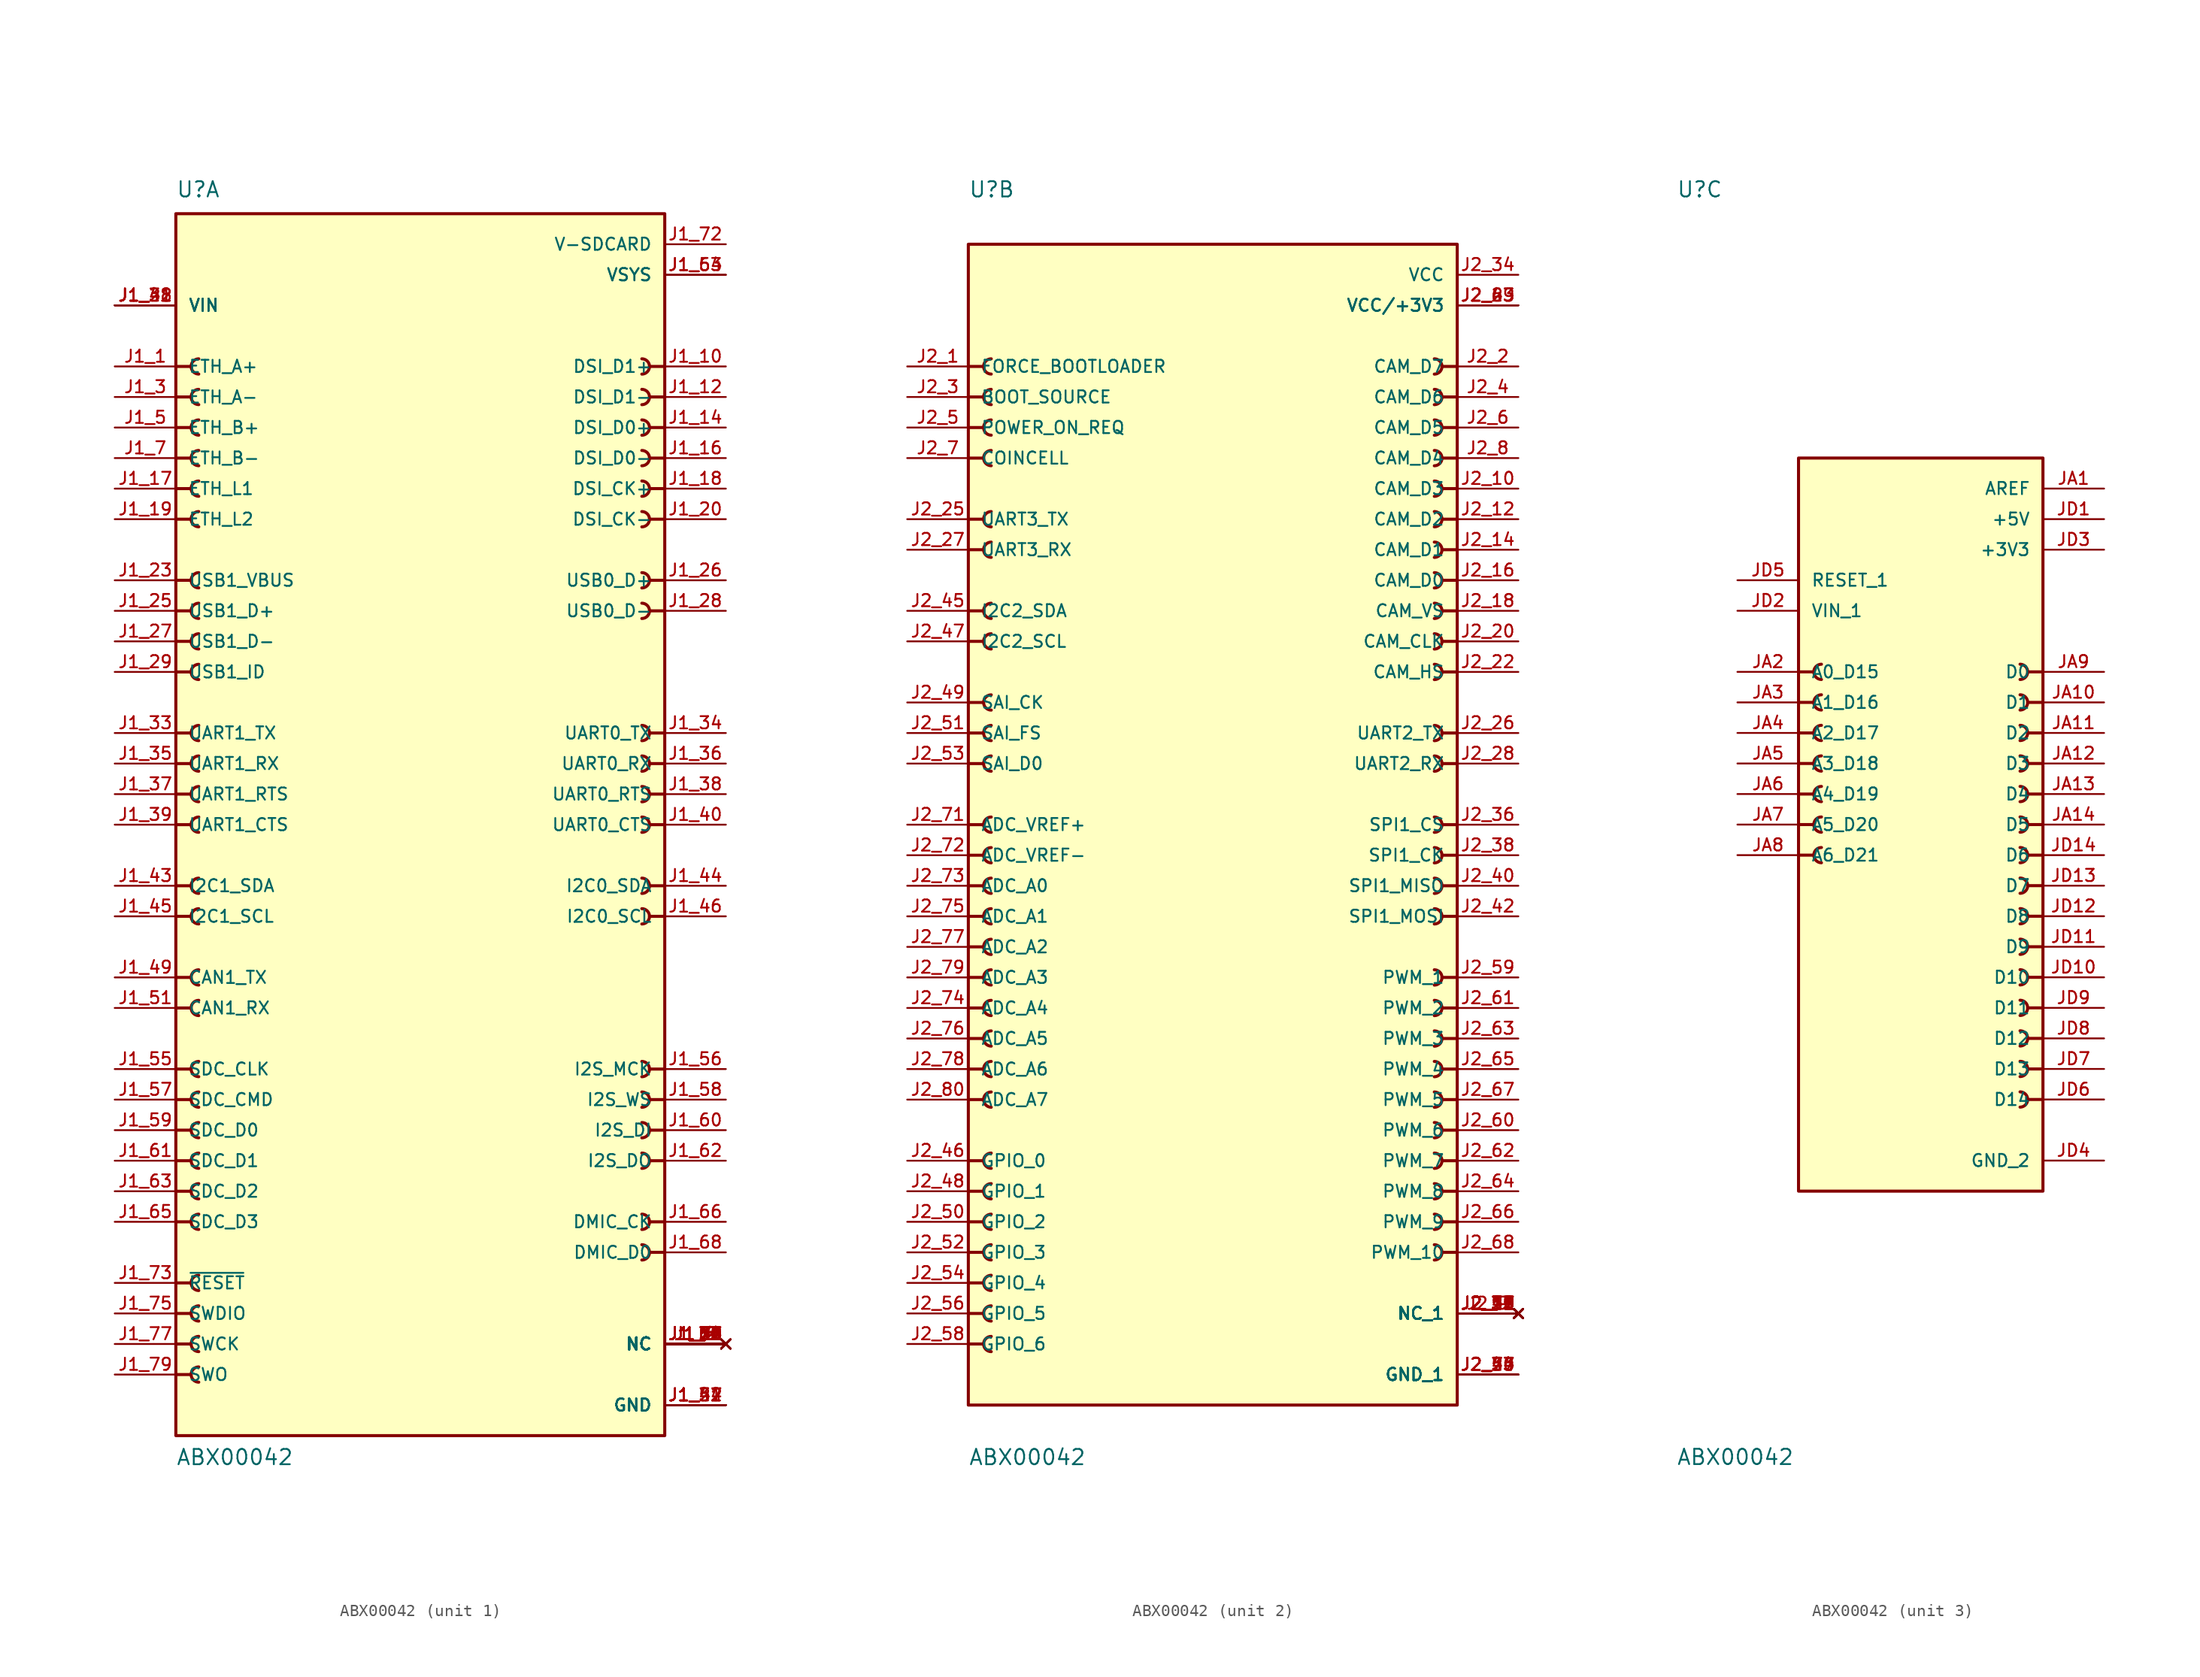
<source format=kicad_sym>
(kicad_symbol_lib
  (version 20231120)
  (generator "kicad_symbol_editor")
  (generator_version "8.0")
  (symbol "ABX00042"
    (pin_names
      (offset 1.016))
    (property "Reference" "U"
      (at -20.32 52.07 0)
      (effects (font (size 1.27 1.27)) (justify left bottom)))
    (property "Value" "ABX00042"
      (at -20.32 -53.34 0)
      (effects (font (size 1.27 1.27)) (justify left bottom)))
    (symbol "ABX00042_1_0"
      (rectangle (start -20.32 -50.8) (end 20.32 50.8) (stroke (width 0.254) (type default)) (fill (type background)))
      (arc (start -18.415 -45.085) (mid -19.0472 -45.72) (end -18.415 -46.355) (stroke (width 0.254) (type default)) (fill (type none)))
      (arc (start -18.415 -42.545) (mid -19.0472 -43.18) (end -18.415 -43.815) (stroke (width 0.254) (type default)) (fill (type none)))
      (arc (start -18.415 -40.005) (mid -19.0472 -40.64) (end -18.415 -41.275) (stroke (width 0.254) (type default)) (fill (type none)))
      (arc (start -18.415 -37.465) (mid -19.0472 -38.1) (end -18.415 -38.735) (stroke (width 0.254) (type default)) (fill (type none)))
      (arc (start -18.415 -32.385) (mid -19.0472 -33.02) (end -18.415 -33.655) (stroke (width 0.254) (type default)) (fill (type none)))
      (arc (start -18.415 -29.845) (mid -19.0472 -30.48) (end -18.415 -31.115) (stroke (width 0.254) (type default)) (fill (type none)))
      (arc (start -18.415 -27.305) (mid -19.0472 -27.94) (end -18.415 -28.575) (stroke (width 0.254) (type default)) (fill (type none)))
      (arc (start -18.415 -24.765) (mid -19.0472 -25.4) (end -18.415 -26.035) (stroke (width 0.254) (type default)) (fill (type none)))
      (arc (start -18.415 -22.225) (mid -19.0472 -22.86) (end -18.415 -23.495) (stroke (width 0.254) (type default)) (fill (type none)))
      (arc (start -18.415 -19.685) (mid -19.0472 -20.32) (end -18.415 -20.955) (stroke (width 0.254) (type default)) (fill (type none)))
      (arc (start -18.415 -14.605) (mid -19.0472 -15.24) (end -18.415 -15.875) (stroke (width 0.254) (type default)) (fill (type none)))
      (arc (start -18.415 -12.065) (mid -19.0472 -12.7) (end -18.415 -13.335) (stroke (width 0.254) (type default)) (fill (type none)))
      (arc (start -18.415 -6.985) (mid -19.0472 -7.62) (end -18.415 -8.255) (stroke (width 0.254) (type default)) (fill (type none)))
      (arc (start -18.415 -4.445) (mid -19.0472 -5.08) (end -18.415 -5.715) (stroke (width 0.254) (type default)) (fill (type none)))
      (arc (start -18.415 0.635) (mid -19.0472 0) (end -18.415 -0.635) (stroke (width 0.254) (type default)) (fill (type none)))
      (arc (start -18.415 3.175) (mid -19.0472 2.54) (end -18.415 1.905) (stroke (width 0.254) (type default)) (fill (type none)))
      (arc (start -18.415 5.715) (mid -19.0472 5.08) (end -18.415 4.445) (stroke (width 0.254) (type default)) (fill (type none)))
      (arc (start -18.415 8.255) (mid -19.0472 7.62) (end -18.415 6.985) (stroke (width 0.254) (type default)) (fill (type none)))
      (arc (start -18.415 13.335) (mid -19.0472 12.7) (end -18.415 12.065) (stroke (width 0.254) (type default)) (fill (type none)))
      (arc (start -18.415 15.875) (mid -19.0472 15.24) (end -18.415 14.605) (stroke (width 0.254) (type default)) (fill (type none)))
      (arc (start -18.415 18.415) (mid -19.0472 17.78) (end -18.415 17.145) (stroke (width 0.254) (type default)) (fill (type none)))
      (arc (start -18.415 20.955) (mid -19.0472 20.32) (end -18.415 19.685) (stroke (width 0.254) (type default)) (fill (type none)))
      (arc (start -18.415 26.035) (mid -19.0472 25.4) (end -18.415 24.765) (stroke (width 0.254) (type default)) (fill (type none)))
      (arc (start -18.415 28.575) (mid -19.0472 27.94) (end -18.415 27.305) (stroke (width 0.254) (type default)) (fill (type none)))
      (arc (start -18.415 31.115) (mid -19.0472 30.48) (end -18.415 29.845) (stroke (width 0.254) (type default)) (fill (type none)))
      (arc (start -18.415 33.655) (mid -19.0472 33.02) (end -18.415 32.385) (stroke (width 0.254) (type default)) (fill (type none)))
      (arc (start -18.415 36.195) (mid -19.0472 35.56) (end -18.415 34.925) (stroke (width 0.254) (type default)) (fill (type none)))
      (arc (start -18.415 38.735) (mid -19.0472 38.1) (end -18.415 37.465) (stroke (width 0.254) (type default)) (fill (type none)))
      (polyline (pts (xy -20.32 -45.72) (xy -19.05 -45.72)) (stroke (width 0.254) (type default)) (fill (type none)))
      (polyline (pts (xy -20.32 -43.18) (xy -19.05 -43.18)) (stroke (width 0.254) (type default)) (fill (type none)))
      (polyline (pts (xy -20.32 -40.64) (xy -19.05 -40.64)) (stroke (width 0.254) (type default)) (fill (type none)))
      (polyline (pts (xy -20.32 -38.1) (xy -19.05 -38.1)) (stroke (width 0.254) (type default)) (fill (type none)))
      (polyline (pts (xy -20.32 -33.02) (xy -19.05 -33.02)) (stroke (width 0.254) (type default)) (fill (type none)))
      (polyline (pts (xy -20.32 -30.48) (xy -19.05 -30.48)) (stroke (width 0.254) (type default)) (fill (type none)))
      (polyline (pts (xy -20.32 -27.94) (xy -19.05 -27.94)) (stroke (width 0.254) (type default)) (fill (type none)))
      (polyline (pts (xy -20.32 -25.4) (xy -19.05 -25.4)) (stroke (width 0.254) (type default)) (fill (type none)))
      (polyline (pts (xy -20.32 -22.86) (xy -19.05 -22.86)) (stroke (width 0.254) (type default)) (fill (type none)))
      (polyline (pts (xy -20.32 -20.32) (xy -19.05 -20.32)) (stroke (width 0.254) (type default)) (fill (type none)))
      (polyline (pts (xy -20.32 -15.24) (xy -19.05 -15.24)) (stroke (width 0.254) (type default)) (fill (type none)))
      (polyline (pts (xy -20.32 -12.7) (xy -19.05 -12.7)) (stroke (width 0.254) (type default)) (fill (type none)))
      (polyline (pts (xy -20.32 -7.62) (xy -19.05 -7.62)) (stroke (width 0.254) (type default)) (fill (type none)))
      (polyline (pts (xy -20.32 -5.08) (xy -19.05 -5.08)) (stroke (width 0.254) (type default)) (fill (type none)))
      (polyline (pts (xy -20.32 0) (xy -19.05 0)) (stroke (width 0.254) (type default)) (fill (type none)))
      (polyline (pts (xy -20.32 2.54) (xy -19.05 2.54)) (stroke (width 0.254) (type default)) (fill (type none)))
      (polyline (pts (xy -20.32 5.08) (xy -19.05 5.08)) (stroke (width 0.254) (type default)) (fill (type none)))
      (polyline (pts (xy -20.32 7.62) (xy -19.05 7.62)) (stroke (width 0.254) (type default)) (fill (type none)))
      (polyline (pts (xy -20.32 12.7) (xy -19.05 12.7)) (stroke (width 0.254) (type default)) (fill (type none)))
      (polyline (pts (xy -20.32 15.24) (xy -19.05 15.24)) (stroke (width 0.254) (type default)) (fill (type none)))
      (polyline (pts (xy -20.32 17.78) (xy -19.05 17.78)) (stroke (width 0.254) (type default)) (fill (type none)))
      (polyline (pts (xy -20.32 20.32) (xy -19.05 20.32)) (stroke (width 0.254) (type default)) (fill (type none)))
      (polyline (pts (xy -20.32 25.4) (xy -19.05 25.4)) (stroke (width 0.254) (type default)) (fill (type none)))
      (polyline (pts (xy -20.32 27.94) (xy -19.05 27.94)) (stroke (width 0.254) (type default)) (fill (type none)))
      (polyline (pts (xy -20.32 30.48) (xy -19.05 30.48)) (stroke (width 0.254) (type default)) (fill (type none)))
      (polyline (pts (xy -20.32 33.02) (xy -19.05 33.02)) (stroke (width 0.254) (type default)) (fill (type none)))
      (polyline (pts (xy -20.32 35.56) (xy -19.05 35.56)) (stroke (width 0.254) (type default)) (fill (type none)))
      (polyline (pts (xy -20.32 38.1) (xy -19.05 38.1)) (stroke (width 0.254) (type default)) (fill (type none)))
      (polyline (pts (xy 20.32 -35.56) (xy 19.05 -35.56)) (stroke (width 0.254) (type default)) (fill (type none)))
      (polyline (pts (xy 20.32 -33.02) (xy 19.05 -33.02)) (stroke (width 0.254) (type default)) (fill (type none)))
      (polyline (pts (xy 20.32 -27.94) (xy 19.05 -27.94)) (stroke (width 0.254) (type default)) (fill (type none)))
      (polyline (pts (xy 20.32 -25.4) (xy 19.05 -25.4)) (stroke (width 0.254) (type default)) (fill (type none)))
      (polyline (pts (xy 20.32 -22.86) (xy 19.05 -22.86)) (stroke (width 0.254) (type default)) (fill (type none)))
      (polyline (pts (xy 20.32 -20.32) (xy 19.05 -20.32)) (stroke (width 0.254) (type default)) (fill (type none)))
      (polyline (pts (xy 20.32 -7.62) (xy 19.05 -7.62)) (stroke (width 0.254) (type default)) (fill (type none)))
      (polyline (pts (xy 20.32 -5.08) (xy 19.05 -5.08)) (stroke (width 0.254) (type default)) (fill (type none)))
      (polyline (pts (xy 20.32 0) (xy 19.05 0)) (stroke (width 0.254) (type default)) (fill (type none)))
      (polyline (pts (xy 20.32 2.54) (xy 19.05 2.54)) (stroke (width 0.254) (type default)) (fill (type none)))
      (polyline (pts (xy 20.32 5.08) (xy 19.05 5.08)) (stroke (width 0.254) (type default)) (fill (type none)))
      (polyline (pts (xy 20.32 7.62) (xy 19.05 7.62)) (stroke (width 0.254) (type default)) (fill (type none)))
      (polyline (pts (xy 20.32 17.78) (xy 19.05 17.78)) (stroke (width 0.254) (type default)) (fill (type none)))
      (polyline (pts (xy 20.32 20.32) (xy 19.05 20.32)) (stroke (width 0.254) (type default)) (fill (type none)))
      (polyline (pts (xy 20.32 25.4) (xy 19.05 25.4)) (stroke (width 0.254) (type default)) (fill (type none)))
      (polyline (pts (xy 20.32 27.94) (xy 19.05 27.94)) (stroke (width 0.254) (type default)) (fill (type none)))
      (polyline (pts (xy 20.32 30.48) (xy 19.05 30.48)) (stroke (width 0.254) (type default)) (fill (type none)))
      (polyline (pts (xy 20.32 33.02) (xy 19.05 33.02)) (stroke (width 0.254) (type default)) (fill (type none)))
      (polyline (pts (xy 20.32 35.56) (xy 19.05 35.56)) (stroke (width 0.254) (type default)) (fill (type none)))
      (polyline (pts (xy 20.32 38.1) (xy 19.05 38.1)) (stroke (width 0.254) (type default)) (fill (type none)))
      (arc (start 18.415 -36.195) (mid 19.0472 -35.56) (end 18.415 -34.925) (stroke (width 0.254) (type default)) (fill (type none)))
      (arc (start 18.415 -33.655) (mid 19.0472 -33.02) (end 18.415 -32.385) (stroke (width 0.254) (type default)) (fill (type none)))
      (arc (start 18.415 -28.575) (mid 19.0472 -27.94) (end 18.415 -27.305) (stroke (width 0.254) (type default)) (fill (type none)))
      (arc (start 18.415 -26.035) (mid 19.0472 -25.4) (end 18.415 -24.765) (stroke (width 0.254) (type default)) (fill (type none)))
      (arc (start 18.415 -23.495) (mid 19.0472 -22.86) (end 18.415 -22.225) (stroke (width 0.254) (type default)) (fill (type none)))
      (arc (start 18.415 -20.955) (mid 19.0472 -20.32) (end 18.415 -19.685) (stroke (width 0.254) (type default)) (fill (type none)))
      (arc (start 18.415 -8.255) (mid 19.0472 -7.62) (end 18.415 -6.985) (stroke (width 0.254) (type default)) (fill (type none)))
      (arc (start 18.415 -5.715) (mid 19.0472 -5.08) (end 18.415 -4.445) (stroke (width 0.254) (type default)) (fill (type none)))
      (arc (start 18.415 -0.635) (mid 19.0472 0) (end 18.415 0.635) (stroke (width 0.254) (type default)) (fill (type none)))
      (arc (start 18.415 1.905) (mid 19.0472 2.54) (end 18.415 3.175) (stroke (width 0.254) (type default)) (fill (type none)))
      (arc (start 18.415 4.445) (mid 19.0472 5.08) (end 18.415 5.715) (stroke (width 0.254) (type default)) (fill (type none)))
      (arc (start 18.415 6.985) (mid 19.0472 7.62) (end 18.415 8.255) (stroke (width 0.254) (type default)) (fill (type none)))
      (arc (start 18.415 17.145) (mid 19.0472 17.78) (end 18.415 18.415) (stroke (width 0.254) (type default)) (fill (type none)))
      (arc (start 18.415 19.685) (mid 19.0472 20.32) (end 18.415 20.955) (stroke (width 0.254) (type default)) (fill (type none)))
      (arc (start 18.415 24.765) (mid 19.0472 25.4) (end 18.415 26.035) (stroke (width 0.254) (type default)) (fill (type none)))
      (arc (start 18.415 27.305) (mid 19.0472 27.94) (end 18.415 28.575) (stroke (width 0.254) (type default)) (fill (type none)))
      (arc (start 18.415 29.845) (mid 19.0472 30.48) (end 18.415 31.115) (stroke (width 0.254) (type default)) (fill (type none)))
      (arc (start 18.415 32.385) (mid 19.0472 33.02) (end 18.415 33.655) (stroke (width 0.254) (type default)) (fill (type none)))
      (arc (start 18.415 34.925) (mid 19.0472 35.56) (end 18.415 36.195) (stroke (width 0.254) (type default)) (fill (type none)))
      (arc (start 18.415 37.465) (mid 19.0472 38.1) (end 18.415 38.735) (stroke (width 0.254) (type default)) (fill (type none)))
      (pin input line (at -25.4 38.1 0) (length 5.08) (name "ETH_A+" (effects (font (size 1.016 1.016)))) (number "J1_1" (effects (font (size 1.016 1.016)))))
      (pin bidirectional line (at 25.4 38.1 180) (length 5.08) (name "DSI_D1+" (effects (font (size 1.016 1.016)))) (number "J1_10" (effects (font (size 1.016 1.016)))))
      (pin no_connect line (at 25.4 -43.18 180) (length 5.08) (name "NC" (effects (font (size 1.016 1.016)))) (number "J1_11" (effects (font (size 1.016 1.016)))))
      (pin bidirectional line (at 25.4 35.56 180) (length 5.08) (name "DSI_D1-" (effects (font (size 1.016 1.016)))) (number "J1_12" (effects (font (size 1.016 1.016)))))
      (pin no_connect line (at 25.4 -43.18 180) (length 5.08) (name "NC" (effects (font (size 1.016 1.016)))) (number "J1_13" (effects (font (size 1.016 1.016)))))
      (pin bidirectional line (at 25.4 33.02 180) (length 5.08) (name "DSI_D0+" (effects (font (size 1.016 1.016)))) (number "J1_14" (effects (font (size 1.016 1.016)))))
      (pin no_connect line (at 25.4 -43.18 180) (length 5.08) (name "NC" (effects (font (size 1.016 1.016)))) (number "J1_15" (effects (font (size 1.016 1.016)))))
      (pin bidirectional line (at 25.4 30.48 180) (length 5.08) (name "DSI_D0-" (effects (font (size 1.016 1.016)))) (number "J1_16" (effects (font (size 1.016 1.016)))))
      (pin output line (at -25.4 27.94 0) (length 5.08) (name "ETH_L1" (effects (font (size 1.016 1.016)))) (number "J1_17" (effects (font (size 1.016 1.016)))))
      (pin bidirectional line (at 25.4 27.94 180) (length 5.08) (name "DSI_CK+" (effects (font (size 1.016 1.016)))) (number "J1_18" (effects (font (size 1.016 1.016)))))
      (pin output line (at -25.4 25.4 0) (length 5.08) (name "ETH_L2" (effects (font (size 1.016 1.016)))) (number "J1_19" (effects (font (size 1.016 1.016)))))
      (pin no_connect line (at 25.4 -43.18 180) (length 5.08) (name "NC" (effects (font (size 1.016 1.016)))) (number "J1_2" (effects (font (size 1.016 1.016)))))
      (pin bidirectional line (at 25.4 25.4 180) (length 5.08) (name "DSI_CK-" (effects (font (size 1.016 1.016)))) (number "J1_20" (effects (font (size 1.016 1.016)))))
      (pin input line (at -25.4 43.18 0) (length 5.08) (name "VIN" (effects (font (size 1.016 1.016)))) (number "J1_21" (effects (font (size 1.016 1.016)))))
      (pin power_in line (at 25.4 -48.26 180) (length 5.08) (name "GND" (effects (font (size 1.016 1.016)))) (number "J1_22" (effects (font (size 1.016 1.016)))))
      (pin power_in line (at -25.4 20.32 0) (length 5.08) (name "USB1_VBUS" (effects (font (size 1.016 1.016)))) (number "J1_23" (effects (font (size 1.016 1.016)))))
      (pin no_connect line (at 25.4 -43.18 180) (length 5.08) (name "NC" (effects (font (size 1.016 1.016)))) (number "J1_24" (effects (font (size 1.016 1.016)))))
      (pin bidirectional line (at -25.4 17.78 0) (length 5.08) (name "USB1_D+" (effects (font (size 1.016 1.016)))) (number "J1_25" (effects (font (size 1.016 1.016)))))
      (pin bidirectional line (at 25.4 20.32 180) (length 5.08) (name "USB0_D+" (effects (font (size 1.016 1.016)))) (number "J1_26" (effects (font (size 1.016 1.016)))))
      (pin bidirectional line (at -25.4 15.24 0) (length 5.08) (name "USB1_D-" (effects (font (size 1.016 1.016)))) (number "J1_27" (effects (font (size 1.016 1.016)))))
      (pin bidirectional line (at 25.4 17.78 180) (length 5.08) (name "USB0_D-" (effects (font (size 1.016 1.016)))) (number "J1_28" (effects (font (size 1.016 1.016)))))
      (pin bidirectional line (at -25.4 12.7 0) (length 5.08) (name "USB1_ID" (effects (font (size 1.016 1.016)))) (number "J1_29" (effects (font (size 1.016 1.016)))))
      (pin input line (at -25.4 35.56 0) (length 5.08) (name "ETH_A-" (effects (font (size 1.016 1.016)))) (number "J1_3" (effects (font (size 1.016 1.016)))))
      (pin no_connect line (at 25.4 -43.18 180) (length 5.08) (name "NC" (effects (font (size 1.016 1.016)))) (number "J1_30" (effects (font (size 1.016 1.016)))))
      (pin power_in line (at 25.4 -48.26 180) (length 5.08) (name "GND" (effects (font (size 1.016 1.016)))) (number "J1_31" (effects (font (size 1.016 1.016)))))
      (pin input line (at -25.4 43.18 0) (length 5.08) (name "VIN" (effects (font (size 1.016 1.016)))) (number "J1_32" (effects (font (size 1.016 1.016)))))
      (pin output line (at -25.4 7.62 0) (length 5.08) (name "UART1_TX" (effects (font (size 1.016 1.016)))) (number "J1_33" (effects (font (size 1.016 1.016)))))
      (pin output line (at 25.4 7.62 180) (length 5.08) (name "UART0_TX" (effects (font (size 1.016 1.016)))) (number "J1_34" (effects (font (size 1.016 1.016)))))
      (pin input line (at -25.4 5.08 0) (length 5.08) (name "UART1_RX" (effects (font (size 1.016 1.016)))) (number "J1_35" (effects (font (size 1.016 1.016)))))
      (pin input line (at 25.4 5.08 180) (length 5.08) (name "UART0_RX" (effects (font (size 1.016 1.016)))) (number "J1_36" (effects (font (size 1.016 1.016)))))
      (pin bidirectional line (at -25.4 2.54 0) (length 5.08) (name "UART1_RTS" (effects (font (size 1.016 1.016)))) (number "J1_37" (effects (font (size 1.016 1.016)))))
      (pin bidirectional line (at 25.4 2.54 180) (length 5.08) (name "UART0_RTS" (effects (font (size 1.016 1.016)))) (number "J1_38" (effects (font (size 1.016 1.016)))))
      (pin bidirectional line (at -25.4 0 0) (length 5.08) (name "UART1_CTS" (effects (font (size 1.016 1.016)))) (number "J1_39" (effects (font (size 1.016 1.016)))))
      (pin no_connect line (at 25.4 -43.18 180) (length 5.08) (name "NC" (effects (font (size 1.016 1.016)))) (number "J1_4" (effects (font (size 1.016 1.016)))))
      (pin bidirectional line (at 25.4 0 180) (length 5.08) (name "UART0_CTS" (effects (font (size 1.016 1.016)))) (number "J1_40" (effects (font (size 1.016 1.016)))))
      (pin input line (at -25.4 43.18 0) (length 5.08) (name "VIN" (effects (font (size 1.016 1.016)))) (number "J1_41" (effects (font (size 1.016 1.016)))))
      (pin power_in line (at 25.4 -48.26 180) (length 5.08) (name "GND" (effects (font (size 1.016 1.016)))) (number "J1_42" (effects (font (size 1.016 1.016)))))
      (pin bidirectional line (at -25.4 -5.08 0) (length 5.08) (name "I2C1_SDA" (effects (font (size 1.016 1.016)))) (number "J1_43" (effects (font (size 1.016 1.016)))))
      (pin bidirectional line (at 25.4 -5.08 180) (length 5.08) (name "I2C0_SDA" (effects (font (size 1.016 1.016)))) (number "J1_44" (effects (font (size 1.016 1.016)))))
      (pin input line (at -25.4 -7.62 0) (length 5.08) (name "I2C1_SCL" (effects (font (size 1.016 1.016)))) (number "J1_45" (effects (font (size 1.016 1.016)))))
      (pin input line (at 25.4 -7.62 180) (length 5.08) (name "I2C0_SCL" (effects (font (size 1.016 1.016)))) (number "J1_46" (effects (font (size 1.016 1.016)))))
      (pin power_in line (at 25.4 -48.26 180) (length 5.08) (name "GND" (effects (font (size 1.016 1.016)))) (number "J1_47" (effects (font (size 1.016 1.016)))))
      (pin input line (at -25.4 43.18 0) (length 5.08) (name "VIN" (effects (font (size 1.016 1.016)))) (number "J1_48" (effects (font (size 1.016 1.016)))))
      (pin output line (at -25.4 -12.7 0) (length 5.08) (name "CAN1_TX" (effects (font (size 1.016 1.016)))) (number "J1_49" (effects (font (size 1.016 1.016)))))
      (pin input line (at -25.4 33.02 0) (length 5.08) (name "ETH_B+" (effects (font (size 1.016 1.016)))) (number "J1_5" (effects (font (size 1.016 1.016)))))
      (pin no_connect line (at 25.4 -43.18 180) (length 5.08) (name "NC" (effects (font (size 1.016 1.016)))) (number "J1_50" (effects (font (size 1.016 1.016)))))
      (pin input line (at -25.4 -15.24 0) (length 5.08) (name "CAN1_RX" (effects (font (size 1.016 1.016)))) (number "J1_51" (effects (font (size 1.016 1.016)))))
      (pin no_connect line (at 25.4 -43.18 180) (length 5.08) (name "NC" (effects (font (size 1.016 1.016)))) (number "J1_52" (effects (font (size 1.016 1.016)))))
      (pin power_in line (at 25.4 45.72 180) (length 5.08) (name "VSYS" (effects (font (size 1.016 1.016)))) (number "J1_53" (effects (font (size 1.016 1.016)))))
      (pin power_in line (at 25.4 -48.26 180) (length 5.08) (name "GND" (effects (font (size 1.016 1.016)))) (number "J1_54" (effects (font (size 1.016 1.016)))))
      (pin input line (at -25.4 -20.32 0) (length 5.08) (name "SDC_CLK" (effects (font (size 1.016 1.016)))) (number "J1_55" (effects (font (size 1.016 1.016)))))
      (pin bidirectional line (at 25.4 -20.32 180) (length 5.08) (name "I2S_MCK" (effects (font (size 1.016 1.016)))) (number "J1_56" (effects (font (size 1.016 1.016)))))
      (pin input line (at -25.4 -22.86 0) (length 5.08) (name "SDC_CMD" (effects (font (size 1.016 1.016)))) (number "J1_57" (effects (font (size 1.016 1.016)))))
      (pin bidirectional line (at 25.4 -22.86 180) (length 5.08) (name "I2S_WS" (effects (font (size 1.016 1.016)))) (number "J1_58" (effects (font (size 1.016 1.016)))))
      (pin bidirectional line (at -25.4 -25.4 0) (length 5.08) (name "SDC_D0" (effects (font (size 1.016 1.016)))) (number "J1_59" (effects (font (size 1.016 1.016)))))
      (pin no_connect line (at 25.4 -43.18 180) (length 5.08) (name "NC" (effects (font (size 1.016 1.016)))) (number "J1_6" (effects (font (size 1.016 1.016)))))
      (pin input line (at 25.4 -25.4 180) (length 5.08) (name "I2S_DI" (effects (font (size 1.016 1.016)))) (number "J1_60" (effects (font (size 1.016 1.016)))))
      (pin bidirectional line (at -25.4 -27.94 0) (length 5.08) (name "SDC_D1" (effects (font (size 1.016 1.016)))) (number "J1_61" (effects (font (size 1.016 1.016)))))
      (pin output line (at 25.4 -27.94 180) (length 5.08) (name "I2S_DO" (effects (font (size 1.016 1.016)))) (number "J1_62" (effects (font (size 1.016 1.016)))))
      (pin bidirectional line (at -25.4 -30.48 0) (length 5.08) (name "SDC_D2" (effects (font (size 1.016 1.016)))) (number "J1_63" (effects (font (size 1.016 1.016)))))
      (pin power_in line (at 25.4 45.72 180) (length 5.08) (name "VSYS" (effects (font (size 1.016 1.016)))) (number "J1_64" (effects (font (size 1.016 1.016)))))
      (pin bidirectional line (at -25.4 -33.02 0) (length 5.08) (name "SDC_D3" (effects (font (size 1.016 1.016)))) (number "J1_65" (effects (font (size 1.016 1.016)))))
      (pin bidirectional line (at 25.4 -33.02 180) (length 5.08) (name "DMIC_CK" (effects (font (size 1.016 1.016)))) (number "J1_66" (effects (font (size 1.016 1.016)))))
      (pin no_connect line (at 25.4 -43.18 180) (length 5.08) (name "NC" (effects (font (size 1.016 1.016)))) (number "J1_67" (effects (font (size 1.016 1.016)))))
      (pin bidirectional line (at 25.4 -35.56 180) (length 5.08) (name "DMIC_D0" (effects (font (size 1.016 1.016)))) (number "J1_68" (effects (font (size 1.016 1.016)))))
      (pin no_connect line (at 25.4 -43.18 180) (length 5.08) (name "NC" (effects (font (size 1.016 1.016)))) (number "J1_69" (effects (font (size 1.016 1.016)))))
      (pin input line (at -25.4 30.48 0) (length 5.08) (name "ETH_B-" (effects (font (size 1.016 1.016)))) (number "J1_7" (effects (font (size 1.016 1.016)))))
      (pin no_connect line (at 25.4 -43.18 180) (length 5.08) (name "NC" (effects (font (size 1.016 1.016)))) (number "J1_70" (effects (font (size 1.016 1.016)))))
      (pin no_connect line (at 25.4 -43.18 180) (length 5.08) (name "NC" (effects (font (size 1.016 1.016)))) (number "J1_71" (effects (font (size 1.016 1.016)))))
      (pin power_in line (at 25.4 48.26 180) (length 5.08) (name "V-SDCARD" (effects (font (size 1.016 1.016)))) (number "J1_72" (effects (font (size 1.016 1.016)))))
      (pin input line (at -25.4 -38.1 0) (length 5.08) (name "~{RESET}" (effects (font (size 1.016 1.016)))) (number "J1_73" (effects (font (size 1.016 1.016)))))
      (pin no_connect line (at 25.4 -43.18 180) (length 5.08) (name "NC" (effects (font (size 1.016 1.016)))) (number "J1_74" (effects (font (size 1.016 1.016)))))
      (pin bidirectional line (at -25.4 -40.64 0) (length 5.08) (name "SWDIO" (effects (font (size 1.016 1.016)))) (number "J1_75" (effects (font (size 1.016 1.016)))))
      (pin no_connect line (at 25.4 -43.18 180) (length 5.08) (name "NC" (effects (font (size 1.016 1.016)))) (number "J1_76" (effects (font (size 1.016 1.016)))))
      (pin input line (at -25.4 -43.18 0) (length 5.08) (name "SWCK" (effects (font (size 1.016 1.016)))) (number "J1_77" (effects (font (size 1.016 1.016)))))
      (pin no_connect line (at 25.4 -43.18 180) (length 5.08) (name "NC" (effects (font (size 1.016 1.016)))) (number "J1_78" (effects (font (size 1.016 1.016)))))
      (pin output line (at -25.4 -45.72 0) (length 5.08) (name "SWO" (effects (font (size 1.016 1.016)))) (number "J1_79" (effects (font (size 1.016 1.016)))))
      (pin no_connect line (at 25.4 -43.18 180) (length 5.08) (name "NC" (effects (font (size 1.016 1.016)))) (number "J1_8" (effects (font (size 1.016 1.016)))))
      (pin no_connect line (at 25.4 -43.18 180) (length 5.08) (name "NC" (effects (font (size 1.016 1.016)))) (number "J1_80" (effects (font (size 1.016 1.016)))))
      (pin no_connect line (at 25.4 -43.18 180) (length 5.08) (name "NC" (effects (font (size 1.016 1.016)))) (number "J1_9" (effects (font (size 1.016 1.016))))))
    (symbol "ABX00042_2_0"
      (rectangle (start -20.32 -48.26) (end 20.32 48.26) (stroke (width 0.254) (type default)) (fill (type background)))
      (arc (start -19.05 -43.18) (mid -18.864 -43.629) (end -18.415 -43.815) (stroke (width 0.254) (type default)) (fill (type none)))
      (arc (start -18.415 -42.545) (mid -18.864 -42.731) (end -19.05 -43.18) (stroke (width 0.254) (type default)) (fill (type none)))
      (arc (start -18.415 -40.005) (mid -19.0472 -40.64) (end -18.415 -41.275) (stroke (width 0.254) (type default)) (fill (type none)))
      (arc (start -18.415 -37.465) (mid -19.0472 -38.1) (end -18.415 -38.735) (stroke (width 0.254) (type default)) (fill (type none)))
      (arc (start -18.415 -34.925) (mid -19.0472 -35.56) (end -18.415 -36.195) (stroke (width 0.254) (type default)) (fill (type none)))
      (arc (start -18.415 -32.385) (mid -19.0472 -33.02) (end -18.415 -33.655) (stroke (width 0.254) (type default)) (fill (type none)))
      (arc (start -18.415 -29.845) (mid -19.0472 -30.48) (end -18.415 -31.115) (stroke (width 0.254) (type default)) (fill (type none)))
      (arc (start -18.415 -27.305) (mid -19.0472 -27.94) (end -18.415 -28.575) (stroke (width 0.254) (type default)) (fill (type none)))
      (arc (start -18.415 -22.225) (mid -19.0472 -22.86) (end -18.415 -23.495) (stroke (width 0.254) (type default)) (fill (type none)))
      (arc (start -18.415 -19.685) (mid -19.0472 -20.32) (end -18.415 -20.955) (stroke (width 0.254) (type default)) (fill (type none)))
      (arc (start -18.415 -17.145) (mid -19.0472 -17.78) (end -18.415 -18.415) (stroke (width 0.254) (type default)) (fill (type none)))
      (arc (start -18.415 -14.605) (mid -19.0472 -15.24) (end -18.415 -15.875) (stroke (width 0.254) (type default)) (fill (type none)))
      (arc (start -18.415 -12.065) (mid -19.0472 -12.7) (end -18.415 -13.335) (stroke (width 0.254) (type default)) (fill (type none)))
      (arc (start -18.415 -9.525) (mid -19.0472 -10.16) (end -18.415 -10.795) (stroke (width 0.254) (type default)) (fill (type none)))
      (arc (start -18.415 -6.985) (mid -19.0472 -7.62) (end -18.415 -8.255) (stroke (width 0.254) (type default)) (fill (type none)))
      (arc (start -18.415 -4.445) (mid -19.0472 -5.08) (end -18.415 -5.715) (stroke (width 0.254) (type default)) (fill (type none)))
      (arc (start -18.415 -1.905) (mid -19.0472 -2.54) (end -18.415 -3.175) (stroke (width 0.254) (type default)) (fill (type none)))
      (arc (start -18.415 0.635) (mid -19.0472 0) (end -18.415 -0.635) (stroke (width 0.254) (type default)) (fill (type none)))
      (arc (start -18.415 5.715) (mid -19.0472 5.08) (end -18.415 4.445) (stroke (width 0.254) (type default)) (fill (type none)))
      (arc (start -18.415 8.255) (mid -19.0472 7.62) (end -18.415 6.985) (stroke (width 0.254) (type default)) (fill (type none)))
      (arc (start -18.415 10.795) (mid -19.0472 10.16) (end -18.415 9.525) (stroke (width 0.254) (type default)) (fill (type none)))
      (arc (start -18.415 15.875) (mid -19.0472 15.24) (end -18.415 14.605) (stroke (width 0.254) (type default)) (fill (type none)))
      (arc (start -18.415 18.415) (mid -19.0472 17.78) (end -18.415 17.145) (stroke (width 0.254) (type default)) (fill (type none)))
      (arc (start -18.415 23.495) (mid -19.0472 22.86) (end -18.415 22.225) (stroke (width 0.254) (type default)) (fill (type none)))
      (arc (start -18.415 26.035) (mid -19.0472 25.4) (end -18.415 24.765) (stroke (width 0.254) (type default)) (fill (type none)))
      (arc (start -18.415 31.115) (mid -19.0472 30.48) (end -18.415 29.845) (stroke (width 0.254) (type default)) (fill (type none)))
      (arc (start -18.415 33.655) (mid -19.0472 33.02) (end -18.415 32.385) (stroke (width 0.254) (type default)) (fill (type none)))
      (arc (start -18.415 36.195) (mid -19.0472 35.56) (end -18.415 34.925) (stroke (width 0.254) (type default)) (fill (type none)))
      (arc (start -18.415 38.735) (mid -19.0472 38.1) (end -18.415 37.465) (stroke (width 0.254) (type default)) (fill (type none)))
      (polyline (pts (xy -20.32 -43.18) (xy -19.05 -43.18)) (stroke (width 0.254) (type default)) (fill (type none)))
      (polyline (pts (xy -20.32 -40.64) (xy -19.05 -40.64)) (stroke (width 0.254) (type default)) (fill (type none)))
      (polyline (pts (xy -20.32 -38.1) (xy -19.05 -38.1)) (stroke (width 0.254) (type default)) (fill (type none)))
      (polyline (pts (xy -20.32 -35.56) (xy -19.05 -35.56)) (stroke (width 0.254) (type default)) (fill (type none)))
      (polyline (pts (xy -20.32 -33.02) (xy -19.05 -33.02)) (stroke (width 0.254) (type default)) (fill (type none)))
      (polyline (pts (xy -20.32 -30.48) (xy -19.05 -30.48)) (stroke (width 0.254) (type default)) (fill (type none)))
      (polyline (pts (xy -20.32 -27.94) (xy -19.05 -27.94)) (stroke (width 0.254) (type default)) (fill (type none)))
      (polyline (pts (xy -20.32 -22.86) (xy -19.05 -22.86)) (stroke (width 0.254) (type default)) (fill (type none)))
      (polyline (pts (xy -20.32 -20.32) (xy -19.05 -20.32)) (stroke (width 0.254) (type default)) (fill (type none)))
      (polyline (pts (xy -20.32 -17.78) (xy -19.05 -17.78)) (stroke (width 0.254) (type default)) (fill (type none)))
      (polyline (pts (xy -20.32 -15.24) (xy -19.05 -15.24)) (stroke (width 0.254) (type default)) (fill (type none)))
      (polyline (pts (xy -20.32 -12.7) (xy -19.05 -12.7)) (stroke (width 0.254) (type default)) (fill (type none)))
      (polyline (pts (xy -20.32 -10.16) (xy -19.05 -10.16)) (stroke (width 0.254) (type default)) (fill (type none)))
      (polyline (pts (xy -20.32 -7.62) (xy -19.05 -7.62)) (stroke (width 0.254) (type default)) (fill (type none)))
      (polyline (pts (xy -20.32 -5.08) (xy -19.05 -5.08)) (stroke (width 0.254) (type default)) (fill (type none)))
      (polyline (pts (xy -20.32 -2.54) (xy -19.05 -2.54)) (stroke (width 0.254) (type default)) (fill (type none)))
      (polyline (pts (xy -20.32 0) (xy -19.05 0)) (stroke (width 0.254) (type default)) (fill (type none)))
      (polyline (pts (xy -20.32 5.08) (xy -19.05 5.08)) (stroke (width 0.254) (type default)) (fill (type none)))
      (polyline (pts (xy -20.32 7.62) (xy -19.05 7.62)) (stroke (width 0.254) (type default)) (fill (type none)))
      (polyline (pts (xy -20.32 10.16) (xy -19.05 10.16)) (stroke (width 0.254) (type default)) (fill (type none)))
      (polyline (pts (xy -20.32 15.24) (xy -19.05 15.24)) (stroke (width 0.254) (type default)) (fill (type none)))
      (polyline (pts (xy -20.32 17.78) (xy -19.05 17.78)) (stroke (width 0.254) (type default)) (fill (type none)))
      (polyline (pts (xy -20.32 22.86) (xy -19.05 22.86)) (stroke (width 0.254) (type default)) (fill (type none)))
      (polyline (pts (xy -20.32 25.4) (xy -19.05 25.4)) (stroke (width 0.254) (type default)) (fill (type none)))
      (polyline (pts (xy -20.32 30.48) (xy -19.05 30.48)) (stroke (width 0.254) (type default)) (fill (type none)))
      (polyline (pts (xy -20.32 33.02) (xy -19.05 33.02)) (stroke (width 0.254) (type default)) (fill (type none)))
      (polyline (pts (xy -20.32 35.56) (xy -19.05 35.56)) (stroke (width 0.254) (type default)) (fill (type none)))
      (polyline (pts (xy -20.32 38.1) (xy -19.05 38.1)) (stroke (width 0.254) (type default)) (fill (type none)))
      (polyline (pts (xy 20.32 -35.56) (xy 19.05 -35.56)) (stroke (width 0.254) (type default)) (fill (type none)))
      (polyline (pts (xy 20.32 -33.02) (xy 19.05 -33.02)) (stroke (width 0.254) (type default)) (fill (type none)))
      (polyline (pts (xy 20.32 -30.48) (xy 19.05 -30.48)) (stroke (width 0.254) (type default)) (fill (type none)))
      (polyline (pts (xy 20.32 -27.94) (xy 19.05 -27.94)) (stroke (width 0.254) (type default)) (fill (type none)))
      (polyline (pts (xy 20.32 -25.4) (xy 19.05 -25.4)) (stroke (width 0.254) (type default)) (fill (type none)))
      (polyline (pts (xy 20.32 -22.86) (xy 19.05 -22.86)) (stroke (width 0.254) (type default)) (fill (type none)))
      (polyline (pts (xy 20.32 -20.32) (xy 19.05 -20.32)) (stroke (width 0.254) (type default)) (fill (type none)))
      (polyline (pts (xy 20.32 -17.78) (xy 19.05 -17.78)) (stroke (width 0.254) (type default)) (fill (type none)))
      (polyline (pts (xy 20.32 -15.24) (xy 19.05 -15.24)) (stroke (width 0.254) (type default)) (fill (type none)))
      (polyline (pts (xy 20.32 -12.7) (xy 19.05 -12.7)) (stroke (width 0.254) (type default)) (fill (type none)))
      (polyline (pts (xy 20.32 -7.62) (xy 19.05 -7.62)) (stroke (width 0.254) (type default)) (fill (type none)))
      (polyline (pts (xy 20.32 -5.08) (xy 19.05 -5.08)) (stroke (width 0.254) (type default)) (fill (type none)))
      (polyline (pts (xy 20.32 -2.54) (xy 19.05 -2.54)) (stroke (width 0.254) (type default)) (fill (type none)))
      (polyline (pts (xy 20.32 0) (xy 19.05 0)) (stroke (width 0.254) (type default)) (fill (type none)))
      (polyline (pts (xy 20.32 5.08) (xy 19.05 5.08)) (stroke (width 0.254) (type default)) (fill (type none)))
      (polyline (pts (xy 20.32 7.62) (xy 19.05 7.62)) (stroke (width 0.254) (type default)) (fill (type none)))
      (polyline (pts (xy 20.32 12.7) (xy 19.05 12.7)) (stroke (width 0.254) (type default)) (fill (type none)))
      (polyline (pts (xy 20.32 15.24) (xy 19.05 15.24)) (stroke (width 0.254) (type default)) (fill (type none)))
      (polyline (pts (xy 20.32 17.78) (xy 19.05 17.78)) (stroke (width 0.254) (type default)) (fill (type none)))
      (polyline (pts (xy 20.32 20.32) (xy 19.05 20.32)) (stroke (width 0.254) (type default)) (fill (type none)))
      (polyline (pts (xy 20.32 22.86) (xy 19.05 22.86)) (stroke (width 0.254) (type default)) (fill (type none)))
      (polyline (pts (xy 20.32 25.4) (xy 19.05 25.4)) (stroke (width 0.254) (type default)) (fill (type none)))
      (polyline (pts (xy 20.32 27.94) (xy 19.05 27.94)) (stroke (width 0.254) (type default)) (fill (type none)))
      (polyline (pts (xy 20.32 30.48) (xy 19.05 30.48)) (stroke (width 0.254) (type default)) (fill (type none)))
      (polyline (pts (xy 20.32 33.02) (xy 19.05 33.02)) (stroke (width 0.254) (type default)) (fill (type none)))
      (polyline (pts (xy 20.32 35.56) (xy 19.05 35.56)) (stroke (width 0.254) (type default)) (fill (type none)))
      (polyline (pts (xy 20.32 38.1) (xy 19.05 38.1)) (stroke (width 0.254) (type default)) (fill (type none)))
      (arc (start 18.415 -36.195) (mid 19.0472 -35.56) (end 18.415 -34.925) (stroke (width 0.254) (type default)) (fill (type none)))
      (arc (start 18.415 -33.655) (mid 19.0472 -33.02) (end 18.415 -32.385) (stroke (width 0.254) (type default)) (fill (type none)))
      (arc (start 18.415 -31.115) (mid 19.0472 -30.48) (end 18.415 -29.845) (stroke (width 0.254) (type default)) (fill (type none)))
      (arc (start 18.415 -28.575) (mid 19.0472 -27.94) (end 18.415 -27.305) (stroke (width 0.254) (type default)) (fill (type none)))
      (arc (start 18.415 -26.035) (mid 19.0472 -25.4) (end 18.415 -24.765) (stroke (width 0.254) (type default)) (fill (type none)))
      (arc (start 18.415 -23.495) (mid 19.0472 -22.86) (end 18.415 -22.225) (stroke (width 0.254) (type default)) (fill (type none)))
      (arc (start 18.415 -20.955) (mid 19.0472 -20.32) (end 18.415 -19.685) (stroke (width 0.254) (type default)) (fill (type none)))
      (arc (start 18.415 -18.415) (mid 19.0472 -17.78) (end 18.415 -17.145) (stroke (width 0.254) (type default)) (fill (type none)))
      (arc (start 18.415 -15.875) (mid 19.0472 -15.24) (end 18.415 -14.605) (stroke (width 0.254) (type default)) (fill (type none)))
      (arc (start 18.415 -13.335) (mid 19.0472 -12.7) (end 18.415 -12.065) (stroke (width 0.254) (type default)) (fill (type none)))
      (arc (start 18.415 -8.255) (mid 19.0472 -7.62) (end 18.415 -6.985) (stroke (width 0.254) (type default)) (fill (type none)))
      (arc (start 18.415 -5.715) (mid 19.0472 -5.08) (end 18.415 -4.445) (stroke (width 0.254) (type default)) (fill (type none)))
      (arc (start 18.415 -3.175) (mid 19.0472 -2.54) (end 18.415 -1.905) (stroke (width 0.254) (type default)) (fill (type none)))
      (arc (start 18.415 -0.635) (mid 19.0472 0) (end 18.415 0.635) (stroke (width 0.254) (type default)) (fill (type none)))
      (arc (start 18.415 4.445) (mid 19.0472 5.08) (end 18.415 5.715) (stroke (width 0.254) (type default)) (fill (type none)))
      (arc (start 18.415 6.985) (mid 19.0472 7.62) (end 18.415 8.255) (stroke (width 0.254) (type default)) (fill (type none)))
      (arc (start 18.415 12.065) (mid 19.0472 12.7) (end 18.415 13.335) (stroke (width 0.254) (type default)) (fill (type none)))
      (arc (start 18.415 14.605) (mid 19.0472 15.24) (end 18.415 15.875) (stroke (width 0.254) (type default)) (fill (type none)))
      (arc (start 18.415 17.145) (mid 19.0472 17.78) (end 18.415 18.415) (stroke (width 0.254) (type default)) (fill (type none)))
      (arc (start 18.415 19.685) (mid 19.0472 20.32) (end 18.415 20.955) (stroke (width 0.254) (type default)) (fill (type none)))
      (arc (start 18.415 22.225) (mid 19.0472 22.86) (end 18.415 23.495) (stroke (width 0.254) (type default)) (fill (type none)))
      (arc (start 18.415 24.765) (mid 19.0472 25.4) (end 18.415 26.035) (stroke (width 0.254) (type default)) (fill (type none)))
      (arc (start 18.415 27.305) (mid 19.0472 27.94) (end 18.415 28.575) (stroke (width 0.254) (type default)) (fill (type none)))
      (arc (start 18.415 29.845) (mid 19.0472 30.48) (end 18.415 31.115) (stroke (width 0.254) (type default)) (fill (type none)))
      (arc (start 18.415 32.385) (mid 19.0472 33.02) (end 18.415 33.655) (stroke (width 0.254) (type default)) (fill (type none)))
      (arc (start 18.415 34.925) (mid 19.0472 35.56) (end 18.415 36.195) (stroke (width 0.254) (type default)) (fill (type none)))
      (arc (start 18.415 37.465) (mid 19.0472 38.1) (end 18.415 38.735) (stroke (width 0.254) (type default)) (fill (type none)))
      (pin input line (at -25.4 38.1 0) (length 5.08) (name "FORCE_BOOTLOADER" (effects (font (size 1.016 1.016)))) (number "J2_1" (effects (font (size 1.016 1.016)))))
      (pin bidirectional line (at 25.4 27.94 180) (length 5.08) (name "CAM_D3" (effects (font (size 1.016 1.016)))) (number "J2_10" (effects (font (size 1.016 1.016)))))
      (pin no_connect line (at 25.4 -40.64 180) (length 5.08) (name "NC_1" (effects (font (size 1.016 1.016)))) (number "J2_11" (effects (font (size 1.016 1.016)))))
      (pin bidirectional line (at 25.4 25.4 180) (length 5.08) (name "CAM_D2" (effects (font (size 1.016 1.016)))) (number "J2_12" (effects (font (size 1.016 1.016)))))
      (pin no_connect line (at 25.4 -40.64 180) (length 5.08) (name "NC_1" (effects (font (size 1.016 1.016)))) (number "J2_13" (effects (font (size 1.016 1.016)))))
      (pin bidirectional line (at 25.4 22.86 180) (length 5.08) (name "CAM_D1" (effects (font (size 1.016 1.016)))) (number "J2_14" (effects (font (size 1.016 1.016)))))
      (pin no_connect line (at 25.4 -40.64 180) (length 5.08) (name "NC_1" (effects (font (size 1.016 1.016)))) (number "J2_15" (effects (font (size 1.016 1.016)))))
      (pin bidirectional line (at 25.4 20.32 180) (length 5.08) (name "CAM_D0" (effects (font (size 1.016 1.016)))) (number "J2_16" (effects (font (size 1.016 1.016)))))
      (pin no_connect line (at 25.4 -40.64 180) (length 5.08) (name "NC_1" (effects (font (size 1.016 1.016)))) (number "J2_17" (effects (font (size 1.016 1.016)))))
      (pin bidirectional line (at 25.4 17.78 180) (length 5.08) (name "CAM_VS" (effects (font (size 1.016 1.016)))) (number "J2_18" (effects (font (size 1.016 1.016)))))
      (pin no_connect line (at 25.4 -40.64 180) (length 5.08) (name "NC_1" (effects (font (size 1.016 1.016)))) (number "J2_19" (effects (font (size 1.016 1.016)))))
      (pin bidirectional line (at 25.4 38.1 180) (length 5.08) (name "CAM_D7" (effects (font (size 1.016 1.016)))) (number "J2_2" (effects (font (size 1.016 1.016)))))
      (pin bidirectional line (at 25.4 15.24 180) (length 5.08) (name "CAM_CLK" (effects (font (size 1.016 1.016)))) (number "J2_20" (effects (font (size 1.016 1.016)))))
      (pin no_connect line (at 25.4 -40.64 180) (length 5.08) (name "NC_1" (effects (font (size 1.016 1.016)))) (number "J2_21" (effects (font (size 1.016 1.016)))))
      (pin bidirectional line (at 25.4 12.7 180) (length 5.08) (name "CAM_HS" (effects (font (size 1.016 1.016)))) (number "J2_22" (effects (font (size 1.016 1.016)))))
      (pin power_in line (at 25.4 43.18 180) (length 5.08) (name "VCC/+3V3" (effects (font (size 1.016 1.016)))) (number "J2_23" (effects (font (size 1.016 1.016)))))
      (pin power_in line (at 25.4 -45.72 180) (length 5.08) (name "GND_1" (effects (font (size 1.016 1.016)))) (number "J2_24" (effects (font (size 1.016 1.016)))))
      (pin output line (at -25.4 25.4 0) (length 5.08) (name "UART3_TX" (effects (font (size 1.016 1.016)))) (number "J2_25" (effects (font (size 1.016 1.016)))))
      (pin output line (at 25.4 7.62 180) (length 5.08) (name "UART2_TX" (effects (font (size 1.016 1.016)))) (number "J2_26" (effects (font (size 1.016 1.016)))))
      (pin input line (at -25.4 22.86 0) (length 5.08) (name "UART3_RX" (effects (font (size 1.016 1.016)))) (number "J2_27" (effects (font (size 1.016 1.016)))))
      (pin input line (at 25.4 5.08 180) (length 5.08) (name "UART2_RX" (effects (font (size 1.016 1.016)))) (number "J2_28" (effects (font (size 1.016 1.016)))))
      (pin no_connect line (at 25.4 -40.64 180) (length 5.08) (name "NC_1" (effects (font (size 1.016 1.016)))) (number "J2_29" (effects (font (size 1.016 1.016)))))
      (pin input line (at -25.4 35.56 0) (length 5.08) (name "BOOT_SOURCE" (effects (font (size 1.016 1.016)))) (number "J2_3" (effects (font (size 1.016 1.016)))))
      (pin no_connect line (at 25.4 -40.64 180) (length 5.08) (name "NC_1" (effects (font (size 1.016 1.016)))) (number "J2_30" (effects (font (size 1.016 1.016)))))
      (pin no_connect line (at 25.4 -40.64 180) (length 5.08) (name "NC_1" (effects (font (size 1.016 1.016)))) (number "J2_31" (effects (font (size 1.016 1.016)))))
      (pin no_connect line (at 25.4 -40.64 180) (length 5.08) (name "NC_1" (effects (font (size 1.016 1.016)))) (number "J2_32" (effects (font (size 1.016 1.016)))))
      (pin power_in line (at 25.4 -45.72 180) (length 5.08) (name "GND_1" (effects (font (size 1.016 1.016)))) (number "J2_33" (effects (font (size 1.016 1.016)))))
      (pin power_in line (at 25.4 45.72 180) (length 5.08) (name "VCC" (effects (font (size 1.016 1.016)))) (number "J2_34" (effects (font (size 1.016 1.016)))))
      (pin no_connect line (at 25.4 -40.64 180) (length 5.08) (name "NC_1" (effects (font (size 1.016 1.016)))) (number "J2_35" (effects (font (size 1.016 1.016)))))
      (pin input line (at 25.4 0 180) (length 5.08) (name "SPI1_CS" (effects (font (size 1.016 1.016)))) (number "J2_36" (effects (font (size 1.016 1.016)))))
      (pin no_connect line (at 25.4 -40.64 180) (length 5.08) (name "NC_1" (effects (font (size 1.016 1.016)))) (number "J2_37" (effects (font (size 1.016 1.016)))))
      (pin input line (at 25.4 -2.54 180) (length 5.08) (name "SPI1_CK" (effects (font (size 1.016 1.016)))) (number "J2_38" (effects (font (size 1.016 1.016)))))
      (pin no_connect line (at 25.4 -40.64 180) (length 5.08) (name "NC_1" (effects (font (size 1.016 1.016)))) (number "J2_39" (effects (font (size 1.016 1.016)))))
      (pin bidirectional line (at 25.4 35.56 180) (length 5.08) (name "CAM_D6" (effects (font (size 1.016 1.016)))) (number "J2_4" (effects (font (size 1.016 1.016)))))
      (pin output line (at 25.4 -5.08 180) (length 5.08) (name "SPI1_MISO" (effects (font (size 1.016 1.016)))) (number "J2_40" (effects (font (size 1.016 1.016)))))
      (pin no_connect line (at 25.4 -40.64 180) (length 5.08) (name "NC_1" (effects (font (size 1.016 1.016)))) (number "J2_41" (effects (font (size 1.016 1.016)))))
      (pin input line (at 25.4 -7.62 180) (length 5.08) (name "SPI1_MOSI" (effects (font (size 1.016 1.016)))) (number "J2_42" (effects (font (size 1.016 1.016)))))
      (pin power_in line (at 25.4 43.18 180) (length 5.08) (name "VCC/+3V3" (effects (font (size 1.016 1.016)))) (number "J2_43" (effects (font (size 1.016 1.016)))))
      (pin power_in line (at 25.4 -45.72 180) (length 5.08) (name "GND_1" (effects (font (size 1.016 1.016)))) (number "J2_44" (effects (font (size 1.016 1.016)))))
      (pin bidirectional line (at -25.4 17.78 0) (length 5.08) (name "I2C2_SDA" (effects (font (size 1.016 1.016)))) (number "J2_45" (effects (font (size 1.016 1.016)))))
      (pin bidirectional line (at -25.4 -27.94 0) (length 5.08) (name "GPIO_0" (effects (font (size 1.016 1.016)))) (number "J2_46" (effects (font (size 1.016 1.016)))))
      (pin input line (at -25.4 15.24 0) (length 5.08) (name "I2C2_SCL" (effects (font (size 1.016 1.016)))) (number "J2_47" (effects (font (size 1.016 1.016)))))
      (pin bidirectional line (at -25.4 -30.48 0) (length 5.08) (name "GPIO_1" (effects (font (size 1.016 1.016)))) (number "J2_48" (effects (font (size 1.016 1.016)))))
      (pin input line (at -25.4 10.16 0) (length 5.08) (name "SAI_CK" (effects (font (size 1.016 1.016)))) (number "J2_49" (effects (font (size 1.016 1.016)))))
      (pin input line (at -25.4 33.02 0) (length 5.08) (name "POWER_ON_REQ" (effects (font (size 1.016 1.016)))) (number "J2_5" (effects (font (size 1.016 1.016)))))
      (pin bidirectional line (at -25.4 -33.02 0) (length 5.08) (name "GPIO_2" (effects (font (size 1.016 1.016)))) (number "J2_50" (effects (font (size 1.016 1.016)))))
      (pin bidirectional line (at -25.4 7.62 0) (length 5.08) (name "SAI_FS" (effects (font (size 1.016 1.016)))) (number "J2_51" (effects (font (size 1.016 1.016)))))
      (pin bidirectional line (at -25.4 -35.56 0) (length 5.08) (name "GPIO_3" (effects (font (size 1.016 1.016)))) (number "J2_52" (effects (font (size 1.016 1.016)))))
      (pin bidirectional line (at -25.4 5.08 0) (length 5.08) (name "SAI_D0" (effects (font (size 1.016 1.016)))) (number "J2_53" (effects (font (size 1.016 1.016)))))
      (pin bidirectional line (at -25.4 -38.1 0) (length 5.08) (name "GPIO_4" (effects (font (size 1.016 1.016)))) (number "J2_54" (effects (font (size 1.016 1.016)))))
      (pin no_connect line (at 25.4 -40.64 180) (length 5.08) (name "NC_1" (effects (font (size 1.016 1.016)))) (number "J2_55" (effects (font (size 1.016 1.016)))))
      (pin bidirectional line (at -25.4 -40.64 0) (length 5.08) (name "GPIO_5" (effects (font (size 1.016 1.016)))) (number "J2_56" (effects (font (size 1.016 1.016)))))
      (pin power_in line (at 25.4 -45.72 180) (length 5.08) (name "GND_1" (effects (font (size 1.016 1.016)))) (number "J2_57" (effects (font (size 1.016 1.016)))))
      (pin bidirectional line (at -25.4 -43.18 0) (length 5.08) (name "GPIO_6" (effects (font (size 1.016 1.016)))) (number "J2_58" (effects (font (size 1.016 1.016)))))
      (pin bidirectional line (at 25.4 -12.7 180) (length 5.08) (name "PWM_1" (effects (font (size 1.016 1.016)))) (number "J2_59" (effects (font (size 1.016 1.016)))))
      (pin bidirectional line (at 25.4 33.02 180) (length 5.08) (name "CAM_D5" (effects (font (size 1.016 1.016)))) (number "J2_6" (effects (font (size 1.016 1.016)))))
      (pin bidirectional line (at 25.4 -25.4 180) (length 5.08) (name "PWM_6" (effects (font (size 1.016 1.016)))) (number "J2_60" (effects (font (size 1.016 1.016)))))
      (pin bidirectional line (at 25.4 -15.24 180) (length 5.08) (name "PWM_2" (effects (font (size 1.016 1.016)))) (number "J2_61" (effects (font (size 1.016 1.016)))))
      (pin bidirectional line (at 25.4 -27.94 180) (length 5.08) (name "PWM_7" (effects (font (size 1.016 1.016)))) (number "J2_62" (effects (font (size 1.016 1.016)))))
      (pin bidirectional line (at 25.4 -17.78 180) (length 5.08) (name "PWM_3" (effects (font (size 1.016 1.016)))) (number "J2_63" (effects (font (size 1.016 1.016)))))
      (pin bidirectional line (at 25.4 -30.48 180) (length 5.08) (name "PWM_8" (effects (font (size 1.016 1.016)))) (number "J2_64" (effects (font (size 1.016 1.016)))))
      (pin bidirectional line (at 25.4 -20.32 180) (length 5.08) (name "PWM_4" (effects (font (size 1.016 1.016)))) (number "J2_65" (effects (font (size 1.016 1.016)))))
      (pin bidirectional line (at 25.4 -33.02 180) (length 5.08) (name "PWM_9" (effects (font (size 1.016 1.016)))) (number "J2_66" (effects (font (size 1.016 1.016)))))
      (pin bidirectional line (at 25.4 -22.86 180) (length 5.08) (name "PWM_5" (effects (font (size 1.016 1.016)))) (number "J2_67" (effects (font (size 1.016 1.016)))))
      (pin bidirectional line (at 25.4 -35.56 180) (length 5.08) (name "PWM_10" (effects (font (size 1.016 1.016)))) (number "J2_68" (effects (font (size 1.016 1.016)))))
      (pin power_in line (at 25.4 43.18 180) (length 5.08) (name "VCC/+3V3" (effects (font (size 1.016 1.016)))) (number "J2_69" (effects (font (size 1.016 1.016)))))
      (pin input line (at -25.4 30.48 0) (length 5.08) (name "COINCELL" (effects (font (size 1.016 1.016)))) (number "J2_7" (effects (font (size 1.016 1.016)))))
      (pin power_in line (at 25.4 -45.72 180) (length 5.08) (name "GND_1" (effects (font (size 1.016 1.016)))) (number "J2_70" (effects (font (size 1.016 1.016)))))
      (pin input line (at -25.4 0 0) (length 5.08) (name "ADC_VREF+" (effects (font (size 1.016 1.016)))) (number "J2_71" (effects (font (size 1.016 1.016)))))
      (pin input line (at -25.4 -2.54 0) (length 5.08) (name "ADC_VREF-" (effects (font (size 1.016 1.016)))) (number "J2_72" (effects (font (size 1.016 1.016)))))
      (pin input line (at -25.4 -5.08 0) (length 5.08) (name "ADC_A0" (effects (font (size 1.016 1.016)))) (number "J2_73" (effects (font (size 1.016 1.016)))))
      (pin input line (at -25.4 -15.24 0) (length 5.08) (name "ADC_A4" (effects (font (size 1.016 1.016)))) (number "J2_74" (effects (font (size 1.016 1.016)))))
      (pin input line (at -25.4 -7.62 0) (length 5.08) (name "ADC_A1" (effects (font (size 1.016 1.016)))) (number "J2_75" (effects (font (size 1.016 1.016)))))
      (pin input line (at -25.4 -17.78 0) (length 5.08) (name "ADC_A5" (effects (font (size 1.016 1.016)))) (number "J2_76" (effects (font (size 1.016 1.016)))))
      (pin input line (at -25.4 -10.16 0) (length 5.08) (name "ADC_A2" (effects (font (size 1.016 1.016)))) (number "J2_77" (effects (font (size 1.016 1.016)))))
      (pin input line (at -25.4 -20.32 0) (length 5.08) (name "ADC_A6" (effects (font (size 1.016 1.016)))) (number "J2_78" (effects (font (size 1.016 1.016)))))
      (pin input line (at -25.4 -12.7 0) (length 5.08) (name "ADC_A3" (effects (font (size 1.016 1.016)))) (number "J2_79" (effects (font (size 1.016 1.016)))))
      (pin bidirectional line (at 25.4 30.48 180) (length 5.08) (name "CAM_D4" (effects (font (size 1.016 1.016)))) (number "J2_8" (effects (font (size 1.016 1.016)))))
      (pin input line (at -25.4 -22.86 0) (length 5.08) (name "ADC_A7" (effects (font (size 1.016 1.016)))) (number "J2_80" (effects (font (size 1.016 1.016)))))
      (pin no_connect line (at 25.4 -40.64 180) (length 5.08) (name "NC_1" (effects (font (size 1.016 1.016)))) (number "J2_9" (effects (font (size 1.016 1.016))))))
    (symbol "ABX00042_3_0"
      (rectangle (start -10.16 -30.48) (end 10.16 30.48) (stroke (width 0.254) (type default)) (fill (type background)))
      (arc (start -8.89 -2.54) (mid -8.704 -2.989) (end -8.255 -3.175) (stroke (width 0.254) (type default)) (fill (type none)))
      (arc (start -8.255 -1.905) (mid -8.704 -2.091) (end -8.89 -2.54) (stroke (width 0.254) (type default)) (fill (type none)))
      (arc (start -8.255 0.635) (mid -8.8872 0) (end -8.255 -0.635) (stroke (width 0.254) (type default)) (fill (type none)))
      (arc (start -8.255 3.175) (mid -8.8872 2.54) (end -8.255 1.905) (stroke (width 0.254) (type default)) (fill (type none)))
      (arc (start -8.255 5.715) (mid -8.8872 5.08) (end -8.255 4.445) (stroke (width 0.254) (type default)) (fill (type none)))
      (arc (start -8.255 8.255) (mid -8.8872 7.62) (end -8.255 6.985) (stroke (width 0.254) (type default)) (fill (type none)))
      (arc (start -8.255 10.795) (mid -8.8872 10.16) (end -8.255 9.525) (stroke (width 0.254) (type default)) (fill (type none)))
      (arc (start -8.255 13.335) (mid -8.8872 12.7) (end -8.255 12.065) (stroke (width 0.254) (type default)) (fill (type none)))
      (polyline (pts (xy -10.16 -2.54) (xy -8.89 -2.54)) (stroke (width 0.254) (type default)) (fill (type none)))
      (polyline (pts (xy -10.16 0) (xy -8.89 0)) (stroke (width 0.254) (type default)) (fill (type none)))
      (polyline (pts (xy -10.16 2.54) (xy -8.89 2.54)) (stroke (width 0.254) (type default)) (fill (type none)))
      (polyline (pts (xy -10.16 5.08) (xy -8.89 5.08)) (stroke (width 0.254) (type default)) (fill (type none)))
      (polyline (pts (xy -10.16 7.62) (xy -8.89 7.62)) (stroke (width 0.254) (type default)) (fill (type none)))
      (polyline (pts (xy -10.16 10.16) (xy -8.89 10.16)) (stroke (width 0.254) (type default)) (fill (type none)))
      (polyline (pts (xy -10.16 12.7) (xy -8.89 12.7)) (stroke (width 0.254) (type default)) (fill (type none)))
      (polyline (pts (xy 10.16 -22.86) (xy 8.89 -22.86)) (stroke (width 0.254) (type default)) (fill (type none)))
      (polyline (pts (xy 10.16 -20.32) (xy 8.89 -20.32)) (stroke (width 0.254) (type default)) (fill (type none)))
      (polyline (pts (xy 10.16 -17.78) (xy 8.89 -17.78)) (stroke (width 0.254) (type default)) (fill (type none)))
      (polyline (pts (xy 10.16 -15.24) (xy 8.89 -15.24)) (stroke (width 0.254) (type default)) (fill (type none)))
      (polyline (pts (xy 10.16 -12.7) (xy 8.89 -12.7)) (stroke (width 0.254) (type default)) (fill (type none)))
      (polyline (pts (xy 10.16 -10.16) (xy 8.89 -10.16)) (stroke (width 0.254) (type default)) (fill (type none)))
      (polyline (pts (xy 10.16 -7.62) (xy 8.89 -7.62)) (stroke (width 0.254) (type default)) (fill (type none)))
      (polyline (pts (xy 10.16 -5.08) (xy 8.89 -5.08)) (stroke (width 0.254) (type default)) (fill (type none)))
      (polyline (pts (xy 10.16 -2.54) (xy 8.89 -2.54)) (stroke (width 0.254) (type default)) (fill (type none)))
      (polyline (pts (xy 10.16 0) (xy 8.89 0)) (stroke (width 0.254) (type default)) (fill (type none)))
      (polyline (pts (xy 10.16 2.54) (xy 8.89 2.54)) (stroke (width 0.254) (type default)) (fill (type none)))
      (polyline (pts (xy 10.16 5.08) (xy 8.89 5.08)) (stroke (width 0.254) (type default)) (fill (type none)))
      (polyline (pts (xy 10.16 7.62) (xy 8.89 7.62)) (stroke (width 0.254) (type default)) (fill (type none)))
      (polyline (pts (xy 10.16 10.16) (xy 8.89 10.16)) (stroke (width 0.254) (type default)) (fill (type none)))
      (polyline (pts (xy 10.16 12.7) (xy 8.89 12.7)) (stroke (width 0.254) (type default)) (fill (type none)))
      (arc (start 8.255 -23.495) (mid 8.8872 -22.86) (end 8.255 -22.225) (stroke (width 0.254) (type default)) (fill (type none)))
      (arc (start 8.255 -20.955) (mid 8.8872 -20.32) (end 8.255 -19.685) (stroke (width 0.254) (type default)) (fill (type none)))
      (arc (start 8.255 -18.415) (mid 8.8872 -17.78) (end 8.255 -17.145) (stroke (width 0.254) (type default)) (fill (type none)))
      (arc (start 8.255 -15.875) (mid 8.8872 -15.24) (end 8.255 -14.605) (stroke (width 0.254) (type default)) (fill (type none)))
      (arc (start 8.255 -13.335) (mid 8.8872 -12.7) (end 8.255 -12.065) (stroke (width 0.254) (type default)) (fill (type none)))
      (arc (start 8.255 -10.795) (mid 8.8872 -10.16) (end 8.255 -9.525) (stroke (width 0.254) (type default)) (fill (type none)))
      (arc (start 8.255 -8.255) (mid 8.8872 -7.62) (end 8.255 -6.985) (stroke (width 0.254) (type default)) (fill (type none)))
      (arc (start 8.255 -5.715) (mid 8.8872 -5.08) (end 8.255 -4.445) (stroke (width 0.254) (type default)) (fill (type none)))
      (arc (start 8.255 -3.175) (mid 8.8872 -2.54) (end 8.255 -1.905) (stroke (width 0.254) (type default)) (fill (type none)))
      (arc (start 8.255 -0.635) (mid 8.8872 0) (end 8.255 0.635) (stroke (width 0.254) (type default)) (fill (type none)))
      (arc (start 8.255 1.905) (mid 8.8872 2.54) (end 8.255 3.175) (stroke (width 0.254) (type default)) (fill (type none)))
      (arc (start 8.255 4.445) (mid 8.8872 5.08) (end 8.255 5.715) (stroke (width 0.254) (type default)) (fill (type none)))
      (arc (start 8.255 6.985) (mid 8.8872 7.62) (end 8.255 8.255) (stroke (width 0.254) (type default)) (fill (type none)))
      (arc (start 8.255 9.525) (mid 8.8872 10.16) (end 8.255 10.795) (stroke (width 0.254) (type default)) (fill (type none)))
      (arc (start 8.255 12.065) (mid 8.8872 12.7) (end 8.255 13.335) (stroke (width 0.254) (type default)) (fill (type none)))
      (pin power_in line (at 15.24 27.94 180) (length 5.08) (name "AREF" (effects (font (size 1.016 1.016)))) (number "JA1" (effects (font (size 1.016 1.016)))))
      (pin bidirectional line (at 15.24 10.16 180) (length 5.08) (name "D1" (effects (font (size 1.016 1.016)))) (number "JA10" (effects (font (size 1.016 1.016)))))
      (pin bidirectional line (at 15.24 7.62 180) (length 5.08) (name "D2" (effects (font (size 1.016 1.016)))) (number "JA11" (effects (font (size 1.016 1.016)))))
      (pin bidirectional line (at 15.24 5.08 180) (length 5.08) (name "D3" (effects (font (size 1.016 1.016)))) (number "JA12" (effects (font (size 1.016 1.016)))))
      (pin bidirectional line (at 15.24 2.54 180) (length 5.08) (name "D4" (effects (font (size 1.016 1.016)))) (number "JA13" (effects (font (size 1.016 1.016)))))
      (pin bidirectional line (at 15.24 0 180) (length 5.08) (name "D5" (effects (font (size 1.016 1.016)))) (number "JA14" (effects (font (size 1.016 1.016)))))
      (pin bidirectional line (at -15.24 12.7 0) (length 5.08) (name "A0_D15" (effects (font (size 1.016 1.016)))) (number "JA2" (effects (font (size 1.016 1.016)))))
      (pin bidirectional line (at -15.24 10.16 0) (length 5.08) (name "A1_D16" (effects (font (size 1.016 1.016)))) (number "JA3" (effects (font (size 1.016 1.016)))))
      (pin bidirectional line (at -15.24 7.62 0) (length 5.08) (name "A2_D17" (effects (font (size 1.016 1.016)))) (number "JA4" (effects (font (size 1.016 1.016)))))
      (pin bidirectional line (at -15.24 5.08 0) (length 5.08) (name "A3_D18" (effects (font (size 1.016 1.016)))) (number "JA5" (effects (font (size 1.016 1.016)))))
      (pin bidirectional line (at -15.24 2.54 0) (length 5.08) (name "A4_D19" (effects (font (size 1.016 1.016)))) (number "JA6" (effects (font (size 1.016 1.016)))))
      (pin bidirectional line (at -15.24 0 0) (length 5.08) (name "A5_D20" (effects (font (size 1.016 1.016)))) (number "JA7" (effects (font (size 1.016 1.016)))))
      (pin bidirectional line (at -15.24 -2.54 0) (length 5.08) (name "A6_D21" (effects (font (size 1.016 1.016)))) (number "JA8" (effects (font (size 1.016 1.016)))))
      (pin bidirectional line (at 15.24 12.7 180) (length 5.08) (name "D0" (effects (font (size 1.016 1.016)))) (number "JA9" (effects (font (size 1.016 1.016)))))
      (pin power_in line (at 15.24 25.4 180) (length 5.08) (name "+5V" (effects (font (size 1.016 1.016)))) (number "JD1" (effects (font (size 1.016 1.016)))))
      (pin bidirectional line (at 15.24 -12.7 180) (length 5.08) (name "D10" (effects (font (size 1.016 1.016)))) (number "JD10" (effects (font (size 1.016 1.016)))))
      (pin bidirectional line (at 15.24 -10.16 180) (length 5.08) (name "D9" (effects (font (size 1.016 1.016)))) (number "JD11" (effects (font (size 1.016 1.016)))))
      (pin bidirectional line (at 15.24 -7.62 180) (length 5.08) (name "D8" (effects (font (size 1.016 1.016)))) (number "JD12" (effects (font (size 1.016 1.016)))))
      (pin bidirectional line (at 15.24 -5.08 180) (length 5.08) (name "D7" (effects (font (size 1.016 1.016)))) (number "JD13" (effects (font (size 1.016 1.016)))))
      (pin bidirectional line (at 15.24 -2.54 180) (length 5.08) (name "D6" (effects (font (size 1.016 1.016)))) (number "JD14" (effects (font (size 1.016 1.016)))))
      (pin input line (at -15.24 17.78 0) (length 5.08) (name "VIN_1" (effects (font (size 1.016 1.016)))) (number "JD2" (effects (font (size 1.016 1.016)))))
      (pin power_in line (at 15.24 22.86 180) (length 5.08) (name "+3V3" (effects (font (size 1.016 1.016)))) (number "JD3" (effects (font (size 1.016 1.016)))))
      (pin power_in line (at 15.24 -27.94 180) (length 5.08) (name "GND_2" (effects (font (size 1.016 1.016)))) (number "JD4" (effects (font (size 1.016 1.016)))))
      (pin input line (at -15.24 20.32 0) (length 5.08) (name "RESET_1" (effects (font (size 1.016 1.016)))) (number "JD5" (effects (font (size 1.016 1.016)))))
      (pin bidirectional line (at 15.24 -22.86 180) (length 5.08) (name "D14" (effects (font (size 1.016 1.016)))) (number "JD6" (effects (font (size 1.016 1.016)))))
      (pin bidirectional line (at 15.24 -20.32 180) (length 5.08) (name "D13" (effects (font (size 1.016 1.016)))) (number "JD7" (effects (font (size 1.016 1.016)))))
      (pin bidirectional line (at 15.24 -17.78 180) (length 5.08) (name "D12" (effects (font (size 1.016 1.016)))) (number "JD8" (effects (font (size 1.016 1.016)))))
      (pin bidirectional line (at 15.24 -15.24 180) (length 5.08) (name "D11" (effects (font (size 1.016 1.016)))) (number "JD9" (effects (font (size 1.016 1.016))))))))
</source>
